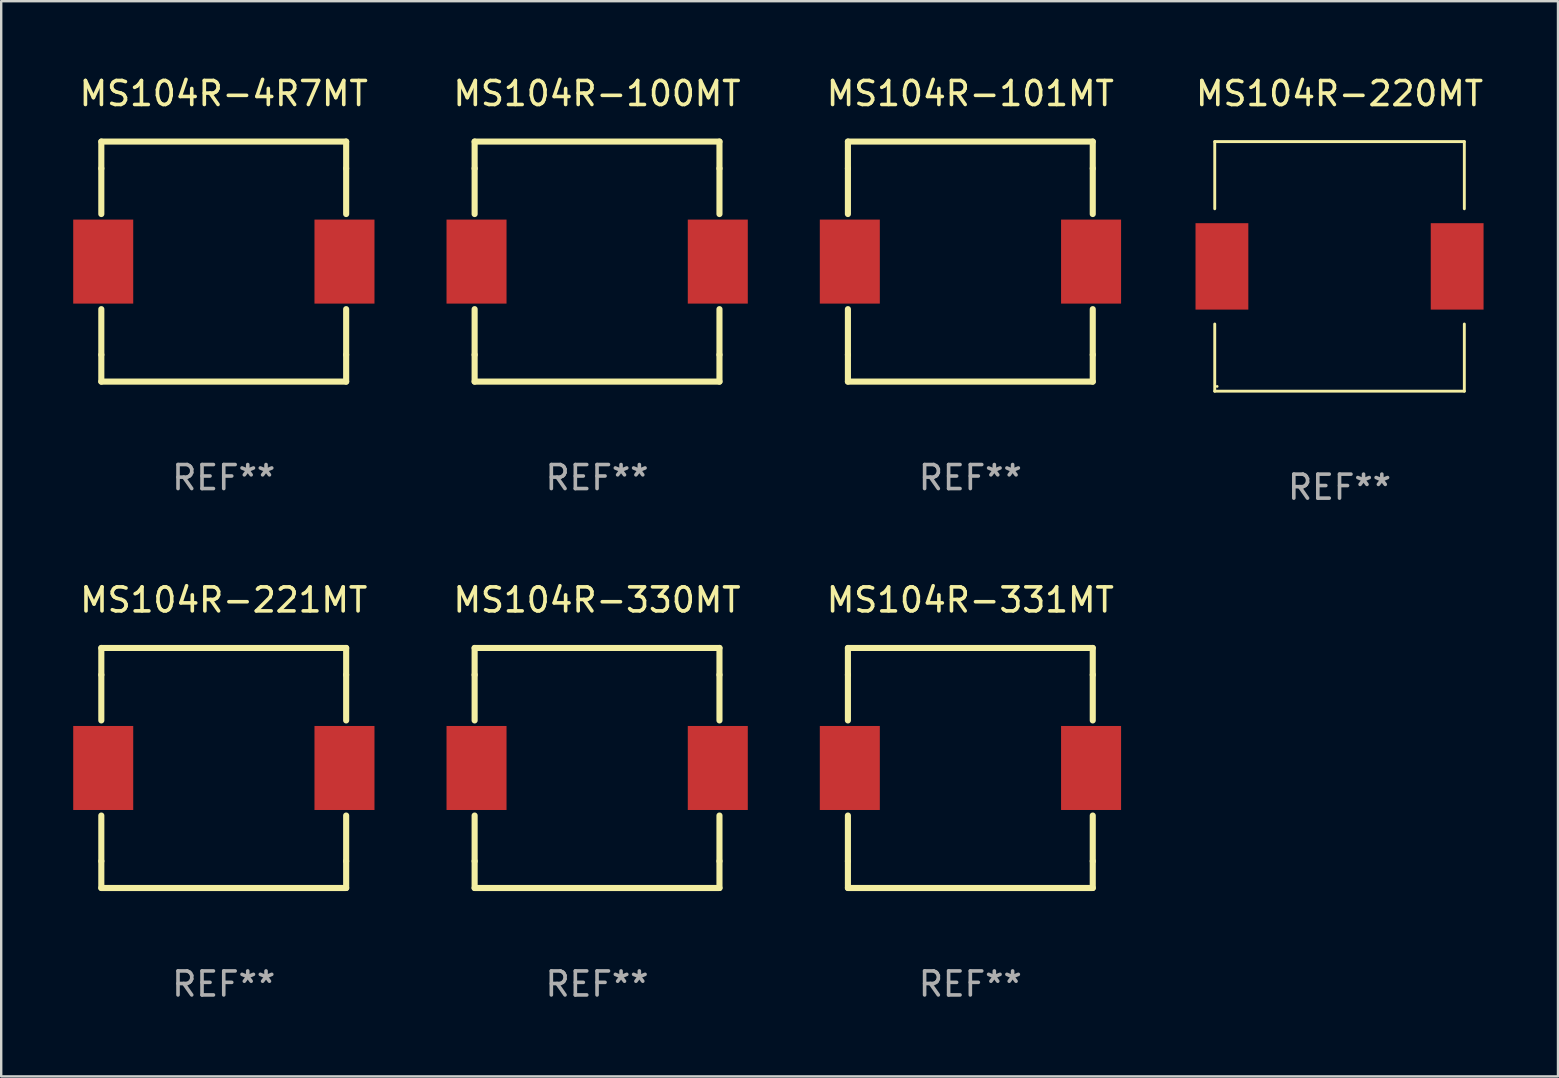
<source format=kicad_pcb>
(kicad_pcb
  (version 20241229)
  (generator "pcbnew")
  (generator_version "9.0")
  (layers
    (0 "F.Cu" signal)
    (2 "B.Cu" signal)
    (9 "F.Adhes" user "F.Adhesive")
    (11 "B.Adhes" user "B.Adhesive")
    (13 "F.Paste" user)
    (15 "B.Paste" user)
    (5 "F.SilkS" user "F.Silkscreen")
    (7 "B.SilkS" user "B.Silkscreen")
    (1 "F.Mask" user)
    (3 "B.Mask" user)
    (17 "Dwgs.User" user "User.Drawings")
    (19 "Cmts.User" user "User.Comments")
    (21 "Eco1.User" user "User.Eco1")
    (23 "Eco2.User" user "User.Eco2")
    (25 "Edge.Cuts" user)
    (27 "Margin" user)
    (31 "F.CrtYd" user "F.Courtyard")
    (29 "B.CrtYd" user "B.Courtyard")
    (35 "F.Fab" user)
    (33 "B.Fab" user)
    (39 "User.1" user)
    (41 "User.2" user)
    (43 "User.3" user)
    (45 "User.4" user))
  (footprint "MS104R-331MT"
    (layer "F.Cu")
    (at 37.374 28.944)
    (property "Reference" "MS104R-331MT" (at 0 -7 0) (layer "F.SilkS") (effects (font (size 1 1) (thickness 0.15))))
    (attr through_hole)
    (fp_line (start -5.1 -5) (end 5.1 -5) (stroke (width 0.254) (type solid)) (layer "F.SilkS"))
    (fp_line (start -5.1 -3.881) (end -5.1 -5) (stroke (width 0.254) (type solid)) (layer "F.SilkS"))
    (fp_line (start -5.1 -3.881) (end -5.1 -1.981) (stroke (width 0.254) (type solid)) (layer "F.SilkS"))
    (fp_line (start -5.1 1.981) (end -5.1 3.881) (stroke (width 0.254) (type solid)) (layer "F.SilkS"))
    (fp_line (start -5.1 5) (end -5.1 3.881) (stroke (width 0.254) (type solid)) (layer "F.SilkS"))
    (fp_line (start -5.1 5) (end 5.1 5) (stroke (width 0.254) (type solid)) (layer "F.SilkS"))
    (fp_line (start 5.1 -5) (end 5.1 -3.881) (stroke (width 0.254) (type solid)) (layer "F.SilkS"))
    (fp_line (start 5.1 -3.881) (end 5.1 -1.981) (stroke (width 0.254) (type solid)) (layer "F.SilkS"))
    (fp_line (start 5.1 1.981) (end 5.1 3.881) (stroke (width 0.254) (type solid)) (layer "F.SilkS"))
    (fp_line (start 5.1 3.881) (end 5.1 5) (stroke (width 0.254) (type solid)) (layer "F.SilkS"))
    (fp_circle (center -5.1 5) (end -5.07 5) (stroke (width 0.06) (type solid)) (fill no) (layer "F.SilkS"))
    (fp_text user "REF**" (at 0 9 0) (layer "F.Fab") (effects (font (size 1 1) (thickness 0.15))))
    (pad "1" smd rect (at -5.021 0) (size 2.5 3.5) (layers "F.Cu" "F.Mask" "F.Paste"))
    (pad "2" smd rect (at 5.03 0) (size 2.5 3.5) (layers "F.Cu" "F.Mask" "F.Paste")))
  (footprint "MS104R-330MT"
    (layer "F.Cu")
    (at 21.823 28.944)
    (property "Reference" "MS104R-330MT" (at 0 -7 0) (layer "F.SilkS") (effects (font (size 1 1) (thickness 0.15))))
    (attr through_hole)
    (fp_line (start -5.1 -5) (end 5.1 -5) (stroke (width 0.254) (type solid)) (layer "F.SilkS"))
    (fp_line (start -5.1 -3.881) (end -5.1 -5) (stroke (width 0.254) (type solid)) (layer "F.SilkS"))
    (fp_line (start -5.1 -3.881) (end -5.1 -1.981) (stroke (width 0.254) (type solid)) (layer "F.SilkS"))
    (fp_line (start -5.1 1.981) (end -5.1 3.881) (stroke (width 0.254) (type solid)) (layer "F.SilkS"))
    (fp_line (start -5.1 5) (end -5.1 3.881) (stroke (width 0.254) (type solid)) (layer "F.SilkS"))
    (fp_line (start -5.1 5) (end 5.1 5) (stroke (width 0.254) (type solid)) (layer "F.SilkS"))
    (fp_line (start 5.1 -5) (end 5.1 -3.881) (stroke (width 0.254) (type solid)) (layer "F.SilkS"))
    (fp_line (start 5.1 -3.881) (end 5.1 -1.981) (stroke (width 0.254) (type solid)) (layer "F.SilkS"))
    (fp_line (start 5.1 1.981) (end 5.1 3.881) (stroke (width 0.254) (type solid)) (layer "F.SilkS"))
    (fp_line (start 5.1 3.881) (end 5.1 5) (stroke (width 0.254) (type solid)) (layer "F.SilkS"))
    (fp_circle (center -5.1 5) (end -5.07 5) (stroke (width 0.06) (type solid)) (fill no) (layer "F.SilkS"))
    (fp_text user "REF**" (at 0 9 0) (layer "F.Fab") (effects (font (size 1 1) (thickness 0.15))))
    (pad "1" smd rect (at -5.021 0) (size 2.5 3.5) (layers "F.Cu" "F.Mask" "F.Paste"))
    (pad "2" smd rect (at 5.03 0) (size 2.5 3.5) (layers "F.Cu" "F.Mask" "F.Paste")))
  (footprint "MS104R-221MT"
    (layer "F.Cu")
    (at 6.271 28.944)
    (property "Reference" "MS104R-221MT" (at 0 -7 0) (layer "F.SilkS") (effects (font (size 1 1) (thickness 0.15))))
    (attr through_hole)
    (fp_line (start -5.1 -5) (end 5.1 -5) (stroke (width 0.254) (type solid)) (layer "F.SilkS"))
    (fp_line (start -5.1 -3.881) (end -5.1 -5) (stroke (width 0.254) (type solid)) (layer "F.SilkS"))
    (fp_line (start -5.1 -3.881) (end -5.1 -1.981) (stroke (width 0.254) (type solid)) (layer "F.SilkS"))
    (fp_line (start -5.1 1.981) (end -5.1 3.881) (stroke (width 0.254) (type solid)) (layer "F.SilkS"))
    (fp_line (start -5.1 5) (end -5.1 3.881) (stroke (width 0.254) (type solid)) (layer "F.SilkS"))
    (fp_line (start -5.1 5) (end 5.1 5) (stroke (width 0.254) (type solid)) (layer "F.SilkS"))
    (fp_line (start 5.1 -5) (end 5.1 -3.881) (stroke (width 0.254) (type solid)) (layer "F.SilkS"))
    (fp_line (start 5.1 -3.881) (end 5.1 -1.981) (stroke (width 0.254) (type solid)) (layer "F.SilkS"))
    (fp_line (start 5.1 1.981) (end 5.1 3.881) (stroke (width 0.254) (type solid)) (layer "F.SilkS"))
    (fp_line (start 5.1 3.881) (end 5.1 5) (stroke (width 0.254) (type solid)) (layer "F.SilkS"))
    (fp_circle (center -5.1 5) (end -5.07 5) (stroke (width 0.06) (type solid)) (fill no) (layer "F.SilkS"))
    (fp_text user "REF**" (at 0 9 0) (layer "F.Fab") (effects (font (size 1 1) (thickness 0.15))))
    (pad "1" smd rect (at -5.021 0) (size 2.5 3.5) (layers "F.Cu" "F.Mask" "F.Paste"))
    (pad "2" smd rect (at 5.03 0) (size 2.5 3.5) (layers "F.Cu" "F.Mask" "F.Paste")))
  (footprint "MS104R-220MT"
    (layer "F.Cu")
    (at 52.755 8.048)
    (property "Reference" "MS104R-220MT" (at 0 -7.199 0) (layer "F.SilkS") (effects (font (size 1 1) (thickness 0.15))))
    (attr through_hole)
    (fp_line (start -5.199 -5.199) (end 5.199 -5.199) (stroke (width 0.12) (type solid)) (layer "F.SilkS"))
    (fp_line (start -5.199 -2.4) (end -5.199 -5.199) (stroke (width 0.12) (type solid)) (layer "F.SilkS"))
    (fp_line (start -5.199 2.4) (end -5.199 5.199) (stroke (width 0.12) (type solid)) (layer "F.SilkS"))
    (fp_line (start -5.199 5.199) (end 5.199 5.199) (stroke (width 0.12) (type solid)) (layer "F.SilkS"))
    (fp_line (start 5.199 -5.199) (end 5.199 -2.4) (stroke (width 0.12) (type solid)) (layer "F.SilkS"))
    (fp_line (start 5.199 5.199) (end 5.199 2.4) (stroke (width 0.12) (type solid)) (layer "F.SilkS"))
    (fp_circle (center -5.1 5) (end -5.07 5) (stroke (width 0.06) (type solid)) (fill no) (layer "F.SilkS"))
    (fp_text user "REF**" (at 0 9.199 0) (layer "F.Fab") (effects (font (size 1 1) (thickness 0.15))))
    (pad "1" smd rect (at -4.9 0) (size 2.2 3.6) (layers "F.Cu" "F.Mask" "F.Paste"))
    (pad "2" smd rect (at 4.9 0) (size 2.2 3.6) (layers "F.Cu" "F.Mask" "F.Paste")))
  (footprint "MS104R-101MT"
    (layer "F.Cu")
    (at 37.374 7.848)
    (property "Reference" "MS104R-101MT" (at 0 -7 0) (layer "F.SilkS") (effects (font (size 1 1) (thickness 0.15))))
    (attr through_hole)
    (fp_line (start -5.1 -5) (end 5.1 -5) (stroke (width 0.254) (type solid)) (layer "F.SilkS"))
    (fp_line (start -5.1 -3.881) (end -5.1 -5) (stroke (width 0.254) (type solid)) (layer "F.SilkS"))
    (fp_line (start -5.1 -3.881) (end -5.1 -1.981) (stroke (width 0.254) (type solid)) (layer "F.SilkS"))
    (fp_line (start -5.1 1.981) (end -5.1 3.881) (stroke (width 0.254) (type solid)) (layer "F.SilkS"))
    (fp_line (start -5.1 5) (end -5.1 3.881) (stroke (width 0.254) (type solid)) (layer "F.SilkS"))
    (fp_line (start -5.1 5) (end 5.1 5) (stroke (width 0.254) (type solid)) (layer "F.SilkS"))
    (fp_line (start 5.1 -5) (end 5.1 -3.881) (stroke (width 0.254) (type solid)) (layer "F.SilkS"))
    (fp_line (start 5.1 -3.881) (end 5.1 -1.981) (stroke (width 0.254) (type solid)) (layer "F.SilkS"))
    (fp_line (start 5.1 1.981) (end 5.1 3.881) (stroke (width 0.254) (type solid)) (layer "F.SilkS"))
    (fp_line (start 5.1 3.881) (end 5.1 5) (stroke (width 0.254) (type solid)) (layer "F.SilkS"))
    (fp_circle (center -5.1 5) (end -5.07 5) (stroke (width 0.06) (type solid)) (fill no) (layer "F.SilkS"))
    (fp_text user "REF**" (at 0 9 0) (layer "F.Fab") (effects (font (size 1 1) (thickness 0.15))))
    (pad "1" smd rect (at -5.021 0) (size 2.5 3.5) (layers "F.Cu" "F.Mask" "F.Paste"))
    (pad "2" smd rect (at 5.03 0) (size 2.5 3.5) (layers "F.Cu" "F.Mask" "F.Paste")))
  (footprint "MS104R-100MT"
    (layer "F.Cu")
    (at 21.823 7.848)
    (property "Reference" "MS104R-100MT" (at 0 -7 0) (layer "F.SilkS") (effects (font (size 1 1) (thickness 0.15))))
    (attr through_hole)
    (fp_line (start -5.1 -5) (end 5.1 -5) (stroke (width 0.254) (type solid)) (layer "F.SilkS"))
    (fp_line (start -5.1 -3.881) (end -5.1 -5) (stroke (width 0.254) (type solid)) (layer "F.SilkS"))
    (fp_line (start -5.1 -3.881) (end -5.1 -1.981) (stroke (width 0.254) (type solid)) (layer "F.SilkS"))
    (fp_line (start -5.1 1.981) (end -5.1 3.881) (stroke (width 0.254) (type solid)) (layer "F.SilkS"))
    (fp_line (start -5.1 5) (end -5.1 3.881) (stroke (width 0.254) (type solid)) (layer "F.SilkS"))
    (fp_line (start -5.1 5) (end 5.1 5) (stroke (width 0.254) (type solid)) (layer "F.SilkS"))
    (fp_line (start 5.1 -5) (end 5.1 -3.881) (stroke (width 0.254) (type solid)) (layer "F.SilkS"))
    (fp_line (start 5.1 -3.881) (end 5.1 -1.981) (stroke (width 0.254) (type solid)) (layer "F.SilkS"))
    (fp_line (start 5.1 1.981) (end 5.1 3.881) (stroke (width 0.254) (type solid)) (layer "F.SilkS"))
    (fp_line (start 5.1 3.881) (end 5.1 5) (stroke (width 0.254) (type solid)) (layer "F.SilkS"))
    (fp_circle (center -5.1 5) (end -5.07 5) (stroke (width 0.06) (type solid)) (fill no) (layer "F.SilkS"))
    (fp_text user "REF**" (at 0 9 0) (layer "F.Fab") (effects (font (size 1 1) (thickness 0.15))))
    (pad "1" smd rect (at -5.021 0) (size 2.5 3.5) (layers "F.Cu" "F.Mask" "F.Paste"))
    (pad "2" smd rect (at 5.03 0) (size 2.5 3.5) (layers "F.Cu" "F.Mask" "F.Paste")))
  (footprint "MS104R-4R7MT"
    (layer "F.Cu")
    (at 6.271 7.848)
    (property "Reference" "MS104R-4R7MT" (at 0 -7 0) (layer "F.SilkS") (effects (font (size 1 1) (thickness 0.15))))
    (attr through_hole)
    (fp_line (start -5.1 -5) (end 5.1 -5) (stroke (width 0.254) (type solid)) (layer "F.SilkS"))
    (fp_line (start -5.1 -3.881) (end -5.1 -5) (stroke (width 0.254) (type solid)) (layer "F.SilkS"))
    (fp_line (start -5.1 -3.881) (end -5.1 -1.981) (stroke (width 0.254) (type solid)) (layer "F.SilkS"))
    (fp_line (start -5.1 1.981) (end -5.1 3.881) (stroke (width 0.254) (type solid)) (layer "F.SilkS"))
    (fp_line (start -5.1 5) (end -5.1 3.881) (stroke (width 0.254) (type solid)) (layer "F.SilkS"))
    (fp_line (start -5.1 5) (end 5.1 5) (stroke (width 0.254) (type solid)) (layer "F.SilkS"))
    (fp_line (start 5.1 -5) (end 5.1 -3.881) (stroke (width 0.254) (type solid)) (layer "F.SilkS"))
    (fp_line (start 5.1 -3.881) (end 5.1 -1.981) (stroke (width 0.254) (type solid)) (layer "F.SilkS"))
    (fp_line (start 5.1 1.981) (end 5.1 3.881) (stroke (width 0.254) (type solid)) (layer "F.SilkS"))
    (fp_line (start 5.1 3.881) (end 5.1 5) (stroke (width 0.254) (type solid)) (layer "F.SilkS"))
    (fp_circle (center -5.1 5) (end -5.07 5) (stroke (width 0.06) (type solid)) (fill no) (layer "F.SilkS"))
    (fp_text user "REF**" (at 0 9 0) (layer "F.Fab") (effects (font (size 1 1) (thickness 0.15))))
    (pad "1" smd rect (at -5.021 0) (size 2.5 3.5) (layers "F.Cu" "F.Mask" "F.Paste"))
    (pad "2" smd rect (at 5.03 0) (size 2.5 3.5) (layers "F.Cu" "F.Mask" "F.Paste")))
  (gr_rect
    (start -3 -3)
    (end 61.856 41.792)
    (stroke (width 0.1) (type default))
    (fill no)
    (layer "Edge.Cuts")))
</source>
